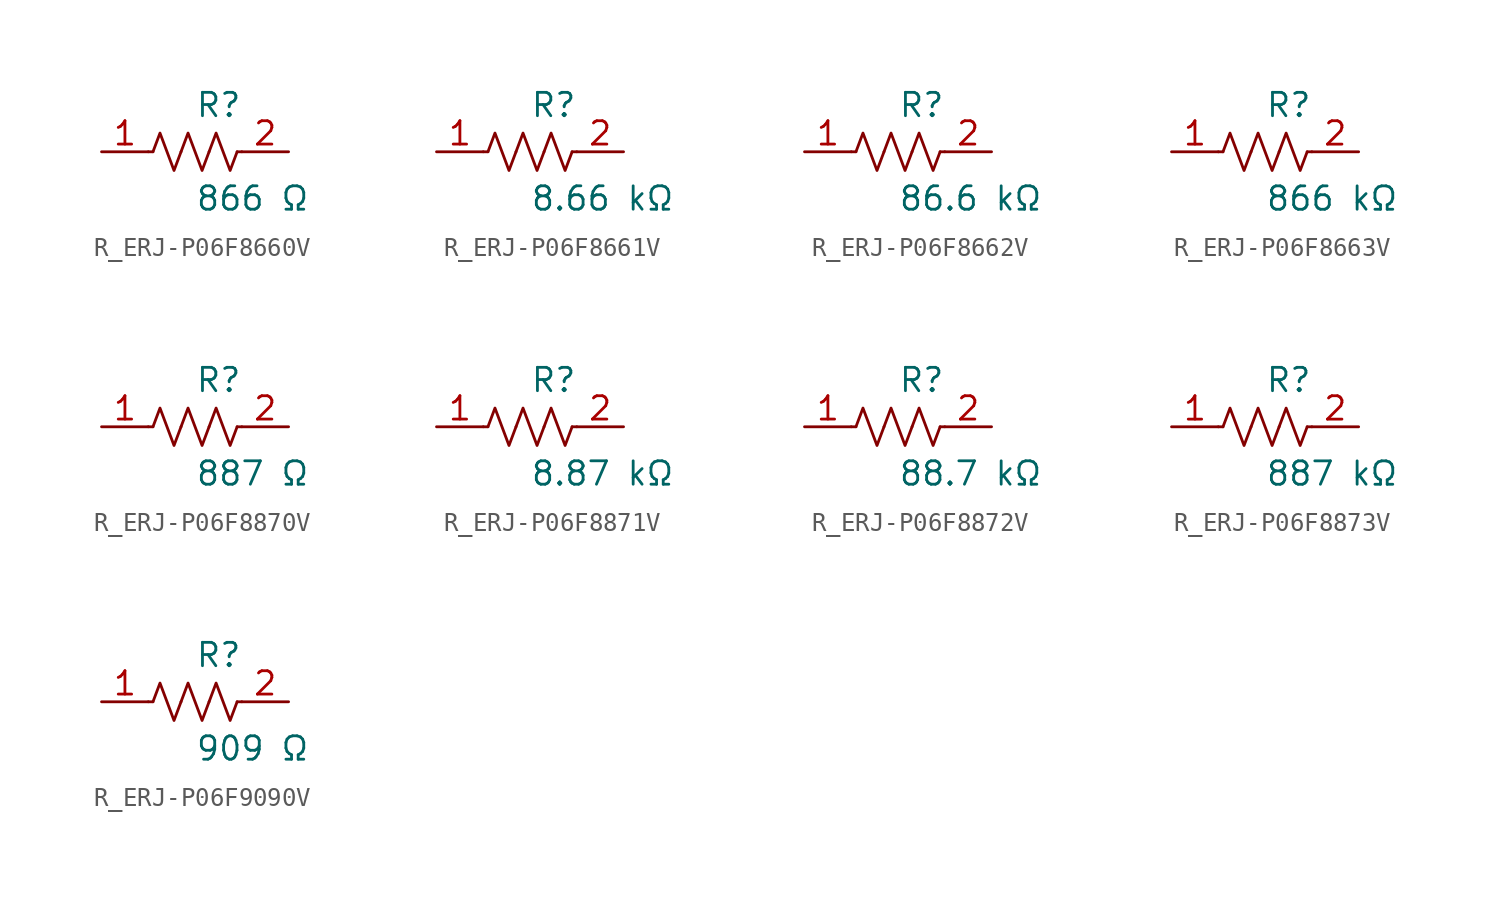
<source format=kicad_sym>
(kicad_symbol_lib
  (version 20231120)
  (generator kicad_symbol_editor)
  (generator_version 8.0)
  (symbol "R_ERJ-P06F8660V"
    (pin_names
      (offset 0.254))
    (property "Reference" "R"
      (at 0.0 2.54 0)
      (effects (font (size 1.27 1.27)) (justify left)))
    (property "Value" "866 Ω"
      (at 0.0 -2.54 0)
      (effects (font (size 1.27 1.27)) (justify left)))
    (symbol "R_ERJ-P06F8660V_0_1"
      (polyline (pts (xy 2.286 0) (xy 2.54 0)) (stroke (width 0) (type default)) (fill (type none)))
      (polyline (pts (xy -2.286 0) (xy -2.54 0)) (stroke (width 0) (type default)) (fill (type none)))
      (polyline (pts (xy 0.762 0) (xy 1.143 1.016) (xy 1.524 0) (xy 1.905 -1.016) (xy 2.286 0)) (stroke (width 0) (type default)) (fill (type none)))
      (polyline (pts (xy -0.762 0) (xy -0.381 1.016) (xy 0 0) (xy 0.381 -1.016) (xy 0.762 0)) (stroke (width 0) (type default)) (fill (type none)))
      (polyline (pts (xy -2.286 0) (xy -1.905 1.016) (xy -1.524 0) (xy -1.143 -1.016) (xy -0.762 0)) (stroke (width 0) (type default)) (fill (type none))))
    (pin unspecified line
      (at -5.08 0 0)
      (length 2.54)
      (name "" (effects (font (size 1.27 1.27))))
      (number "1" (effects (font (size 1.27 1.27)))))
    (pin unspecified line
      (at 5.08 0 180)
      (length 2.54)
      (name "" (effects (font (size 1.27 1.27))))
      (number "2" (effects (font (size 1.27 1.27))))))
  (symbol "R_ERJ-P06F8661V"
    (pin_names
      (offset 0.254))
    (property "Reference" "R"
      (at 0.0 2.54 0)
      (effects (font (size 1.27 1.27)) (justify left)))
    (property "Value" "8.66 kΩ"
      (at 0.0 -2.54 0)
      (effects (font (size 1.27 1.27)) (justify left)))
    (symbol "R_ERJ-P06F8661V_0_1"
      (polyline (pts (xy 2.286 0) (xy 2.54 0)) (stroke (width 0) (type default)) (fill (type none)))
      (polyline (pts (xy -2.286 0) (xy -2.54 0)) (stroke (width 0) (type default)) (fill (type none)))
      (polyline (pts (xy 0.762 0) (xy 1.143 1.016) (xy 1.524 0) (xy 1.905 -1.016) (xy 2.286 0)) (stroke (width 0) (type default)) (fill (type none)))
      (polyline (pts (xy -0.762 0) (xy -0.381 1.016) (xy 0 0) (xy 0.381 -1.016) (xy 0.762 0)) (stroke (width 0) (type default)) (fill (type none)))
      (polyline (pts (xy -2.286 0) (xy -1.905 1.016) (xy -1.524 0) (xy -1.143 -1.016) (xy -0.762 0)) (stroke (width 0) (type default)) (fill (type none))))
    (pin unspecified line
      (at -5.08 0 0)
      (length 2.54)
      (name "" (effects (font (size 1.27 1.27))))
      (number "1" (effects (font (size 1.27 1.27)))))
    (pin unspecified line
      (at 5.08 0 180)
      (length 2.54)
      (name "" (effects (font (size 1.27 1.27))))
      (number "2" (effects (font (size 1.27 1.27))))))
  (symbol "R_ERJ-P06F8662V"
    (pin_names
      (offset 0.254))
    (property "Reference" "R"
      (at 0.0 2.54 0)
      (effects (font (size 1.27 1.27)) (justify left)))
    (property "Value" "86.6 kΩ"
      (at 0.0 -2.54 0)
      (effects (font (size 1.27 1.27)) (justify left)))
    (symbol "R_ERJ-P06F8662V_0_1"
      (polyline (pts (xy 2.286 0) (xy 2.54 0)) (stroke (width 0) (type default)) (fill (type none)))
      (polyline (pts (xy -2.286 0) (xy -2.54 0)) (stroke (width 0) (type default)) (fill (type none)))
      (polyline (pts (xy 0.762 0) (xy 1.143 1.016) (xy 1.524 0) (xy 1.905 -1.016) (xy 2.286 0)) (stroke (width 0) (type default)) (fill (type none)))
      (polyline (pts (xy -0.762 0) (xy -0.381 1.016) (xy 0 0) (xy 0.381 -1.016) (xy 0.762 0)) (stroke (width 0) (type default)) (fill (type none)))
      (polyline (pts (xy -2.286 0) (xy -1.905 1.016) (xy -1.524 0) (xy -1.143 -1.016) (xy -0.762 0)) (stroke (width 0) (type default)) (fill (type none))))
    (pin unspecified line
      (at -5.08 0 0)
      (length 2.54)
      (name "" (effects (font (size 1.27 1.27))))
      (number "1" (effects (font (size 1.27 1.27)))))
    (pin unspecified line
      (at 5.08 0 180)
      (length 2.54)
      (name "" (effects (font (size 1.27 1.27))))
      (number "2" (effects (font (size 1.27 1.27))))))
  (symbol "R_ERJ-P06F8663V"
    (pin_names
      (offset 0.254))
    (property "Reference" "R"
      (at 0.0 2.54 0)
      (effects (font (size 1.27 1.27)) (justify left)))
    (property "Value" "866 kΩ"
      (at 0.0 -2.54 0)
      (effects (font (size 1.27 1.27)) (justify left)))
    (symbol "R_ERJ-P06F8663V_0_1"
      (polyline (pts (xy 2.286 0) (xy 2.54 0)) (stroke (width 0) (type default)) (fill (type none)))
      (polyline (pts (xy -2.286 0) (xy -2.54 0)) (stroke (width 0) (type default)) (fill (type none)))
      (polyline (pts (xy 0.762 0) (xy 1.143 1.016) (xy 1.524 0) (xy 1.905 -1.016) (xy 2.286 0)) (stroke (width 0) (type default)) (fill (type none)))
      (polyline (pts (xy -0.762 0) (xy -0.381 1.016) (xy 0 0) (xy 0.381 -1.016) (xy 0.762 0)) (stroke (width 0) (type default)) (fill (type none)))
      (polyline (pts (xy -2.286 0) (xy -1.905 1.016) (xy -1.524 0) (xy -1.143 -1.016) (xy -0.762 0)) (stroke (width 0) (type default)) (fill (type none))))
    (pin unspecified line
      (at -5.08 0 0)
      (length 2.54)
      (name "" (effects (font (size 1.27 1.27))))
      (number "1" (effects (font (size 1.27 1.27)))))
    (pin unspecified line
      (at 5.08 0 180)
      (length 2.54)
      (name "" (effects (font (size 1.27 1.27))))
      (number "2" (effects (font (size 1.27 1.27))))))
  (symbol "R_ERJ-P06F8870V"
    (pin_names
      (offset 0.254))
    (property "Reference" "R"
      (at 0.0 2.54 0)
      (effects (font (size 1.27 1.27)) (justify left)))
    (property "Value" "887 Ω"
      (at 0.0 -2.54 0)
      (effects (font (size 1.27 1.27)) (justify left)))
    (symbol "R_ERJ-P06F8870V_0_1"
      (polyline (pts (xy 2.286 0) (xy 2.54 0)) (stroke (width 0) (type default)) (fill (type none)))
      (polyline (pts (xy -2.286 0) (xy -2.54 0)) (stroke (width 0) (type default)) (fill (type none)))
      (polyline (pts (xy 0.762 0) (xy 1.143 1.016) (xy 1.524 0) (xy 1.905 -1.016) (xy 2.286 0)) (stroke (width 0) (type default)) (fill (type none)))
      (polyline (pts (xy -0.762 0) (xy -0.381 1.016) (xy 0 0) (xy 0.381 -1.016) (xy 0.762 0)) (stroke (width 0) (type default)) (fill (type none)))
      (polyline (pts (xy -2.286 0) (xy -1.905 1.016) (xy -1.524 0) (xy -1.143 -1.016) (xy -0.762 0)) (stroke (width 0) (type default)) (fill (type none))))
    (pin unspecified line
      (at -5.08 0 0)
      (length 2.54)
      (name "" (effects (font (size 1.27 1.27))))
      (number "1" (effects (font (size 1.27 1.27)))))
    (pin unspecified line
      (at 5.08 0 180)
      (length 2.54)
      (name "" (effects (font (size 1.27 1.27))))
      (number "2" (effects (font (size 1.27 1.27))))))
  (symbol "R_ERJ-P06F8871V"
    (pin_names
      (offset 0.254))
    (property "Reference" "R"
      (at 0.0 2.54 0)
      (effects (font (size 1.27 1.27)) (justify left)))
    (property "Value" "8.87 kΩ"
      (at 0.0 -2.54 0)
      (effects (font (size 1.27 1.27)) (justify left)))
    (symbol "R_ERJ-P06F8871V_0_1"
      (polyline (pts (xy 2.286 0) (xy 2.54 0)) (stroke (width 0) (type default)) (fill (type none)))
      (polyline (pts (xy -2.286 0) (xy -2.54 0)) (stroke (width 0) (type default)) (fill (type none)))
      (polyline (pts (xy 0.762 0) (xy 1.143 1.016) (xy 1.524 0) (xy 1.905 -1.016) (xy 2.286 0)) (stroke (width 0) (type default)) (fill (type none)))
      (polyline (pts (xy -0.762 0) (xy -0.381 1.016) (xy 0 0) (xy 0.381 -1.016) (xy 0.762 0)) (stroke (width 0) (type default)) (fill (type none)))
      (polyline (pts (xy -2.286 0) (xy -1.905 1.016) (xy -1.524 0) (xy -1.143 -1.016) (xy -0.762 0)) (stroke (width 0) (type default)) (fill (type none))))
    (pin unspecified line
      (at -5.08 0 0)
      (length 2.54)
      (name "" (effects (font (size 1.27 1.27))))
      (number "1" (effects (font (size 1.27 1.27)))))
    (pin unspecified line
      (at 5.08 0 180)
      (length 2.54)
      (name "" (effects (font (size 1.27 1.27))))
      (number "2" (effects (font (size 1.27 1.27))))))
  (symbol "R_ERJ-P06F8872V"
    (pin_names
      (offset 0.254))
    (property "Reference" "R"
      (at 0.0 2.54 0)
      (effects (font (size 1.27 1.27)) (justify left)))
    (property "Value" "88.7 kΩ"
      (at 0.0 -2.54 0)
      (effects (font (size 1.27 1.27)) (justify left)))
    (symbol "R_ERJ-P06F8872V_0_1"
      (polyline (pts (xy 2.286 0) (xy 2.54 0)) (stroke (width 0) (type default)) (fill (type none)))
      (polyline (pts (xy -2.286 0) (xy -2.54 0)) (stroke (width 0) (type default)) (fill (type none)))
      (polyline (pts (xy 0.762 0) (xy 1.143 1.016) (xy 1.524 0) (xy 1.905 -1.016) (xy 2.286 0)) (stroke (width 0) (type default)) (fill (type none)))
      (polyline (pts (xy -0.762 0) (xy -0.381 1.016) (xy 0 0) (xy 0.381 -1.016) (xy 0.762 0)) (stroke (width 0) (type default)) (fill (type none)))
      (polyline (pts (xy -2.286 0) (xy -1.905 1.016) (xy -1.524 0) (xy -1.143 -1.016) (xy -0.762 0)) (stroke (width 0) (type default)) (fill (type none))))
    (pin unspecified line
      (at -5.08 0 0)
      (length 2.54)
      (name "" (effects (font (size 1.27 1.27))))
      (number "1" (effects (font (size 1.27 1.27)))))
    (pin unspecified line
      (at 5.08 0 180)
      (length 2.54)
      (name "" (effects (font (size 1.27 1.27))))
      (number "2" (effects (font (size 1.27 1.27))))))
  (symbol "R_ERJ-P06F8873V"
    (pin_names
      (offset 0.254))
    (property "Reference" "R"
      (at 0.0 2.54 0)
      (effects (font (size 1.27 1.27)) (justify left)))
    (property "Value" "887 kΩ"
      (at 0.0 -2.54 0)
      (effects (font (size 1.27 1.27)) (justify left)))
    (symbol "R_ERJ-P06F8873V_0_1"
      (polyline (pts (xy 2.286 0) (xy 2.54 0)) (stroke (width 0) (type default)) (fill (type none)))
      (polyline (pts (xy -2.286 0) (xy -2.54 0)) (stroke (width 0) (type default)) (fill (type none)))
      (polyline (pts (xy 0.762 0) (xy 1.143 1.016) (xy 1.524 0) (xy 1.905 -1.016) (xy 2.286 0)) (stroke (width 0) (type default)) (fill (type none)))
      (polyline (pts (xy -0.762 0) (xy -0.381 1.016) (xy 0 0) (xy 0.381 -1.016) (xy 0.762 0)) (stroke (width 0) (type default)) (fill (type none)))
      (polyline (pts (xy -2.286 0) (xy -1.905 1.016) (xy -1.524 0) (xy -1.143 -1.016) (xy -0.762 0)) (stroke (width 0) (type default)) (fill (type none))))
    (pin unspecified line
      (at -5.08 0 0)
      (length 2.54)
      (name "" (effects (font (size 1.27 1.27))))
      (number "1" (effects (font (size 1.27 1.27)))))
    (pin unspecified line
      (at 5.08 0 180)
      (length 2.54)
      (name "" (effects (font (size 1.27 1.27))))
      (number "2" (effects (font (size 1.27 1.27))))))
  (symbol "R_ERJ-P06F9090V"
    (pin_names
      (offset 0.254))
    (property "Reference" "R"
      (at 0.0 2.54 0)
      (effects (font (size 1.27 1.27)) (justify left)))
    (property "Value" "909 Ω"
      (at 0.0 -2.54 0)
      (effects (font (size 1.27 1.27)) (justify left)))
    (symbol "R_ERJ-P06F9090V_0_1"
      (polyline (pts (xy 2.286 0) (xy 2.54 0)) (stroke (width 0) (type default)) (fill (type none)))
      (polyline (pts (xy -2.286 0) (xy -2.54 0)) (stroke (width 0) (type default)) (fill (type none)))
      (polyline (pts (xy 0.762 0) (xy 1.143 1.016) (xy 1.524 0) (xy 1.905 -1.016) (xy 2.286 0)) (stroke (width 0) (type default)) (fill (type none)))
      (polyline (pts (xy -0.762 0) (xy -0.381 1.016) (xy 0 0) (xy 0.381 -1.016) (xy 0.762 0)) (stroke (width 0) (type default)) (fill (type none)))
      (polyline (pts (xy -2.286 0) (xy -1.905 1.016) (xy -1.524 0) (xy -1.143 -1.016) (xy -0.762 0)) (stroke (width 0) (type default)) (fill (type none))))
    (pin unspecified line
      (at -5.08 0 0)
      (length 2.54)
      (name "" (effects (font (size 1.27 1.27))))
      (number "1" (effects (font (size 1.27 1.27)))))
    (pin unspecified line
      (at 5.08 0 180)
      (length 2.54)
      (name "" (effects (font (size 1.27 1.27))))
      (number "2" (effects (font (size 1.27 1.27)))))))
</source>
